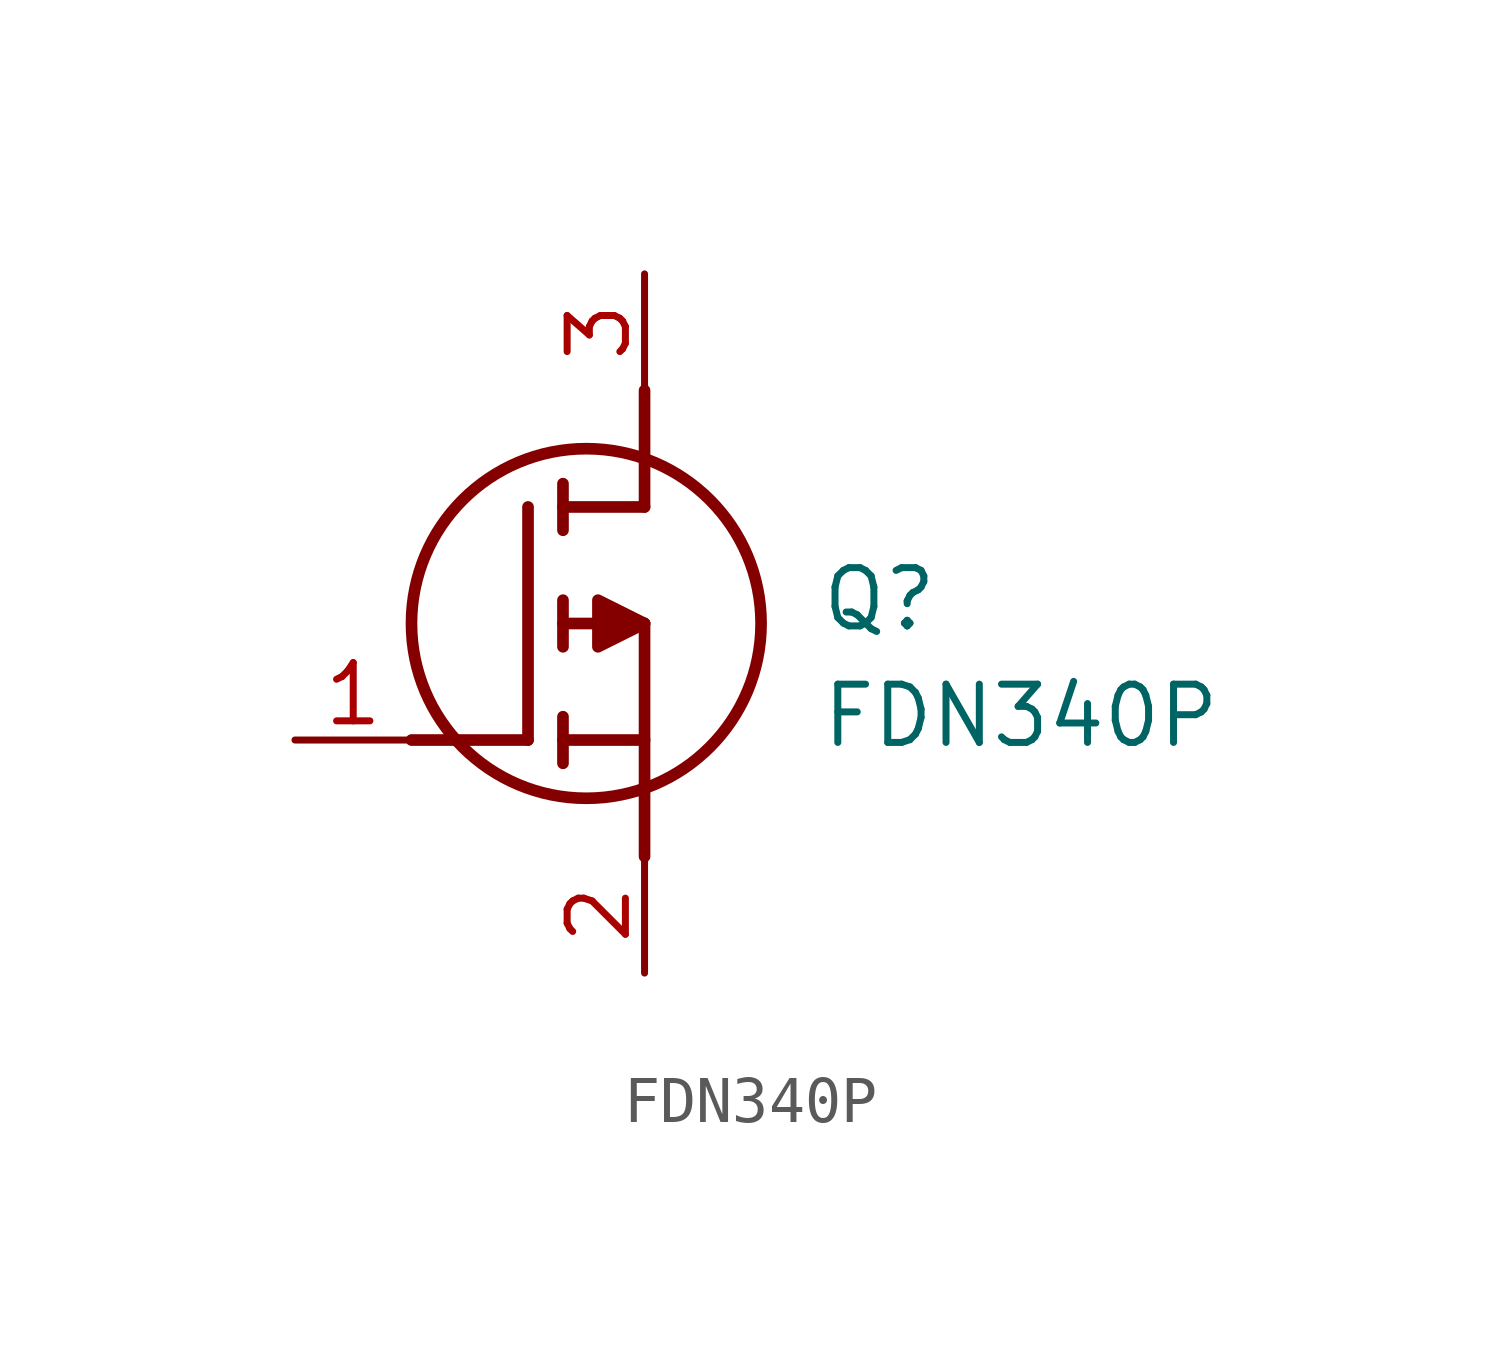
<source format=kicad_sym>
(kicad_symbol_lib
  (version 20211014)
  (generator SamacSys_ECAD_Model)
  (symbol "FDN340P"
    (pin_names hide)
    (property "Reference" "Q"
      (at 11.43 3.81 0)
      (effects (font (size 1.27 1.27)) (justify left top)))
    (property "Value" "FDN340P"
      (at 11.43 1.27 0)
      (effects (font (size 1.27 1.27)) (justify left top)))
    (polyline
      (pts (xy 7.62 2.54) (xy 7.62 -2.54))
      (stroke (width 0.254) (type default))
      (fill (type none)))
    (polyline
      (pts (xy 7.62 5.08) (xy 7.62 7.62))
      (stroke (width 0.254) (type default))
      (fill (type none)))
    (polyline
      (pts (xy 2.54 0) (xy 5.08 0))
      (stroke (width 0.254) (type default))
      (fill (type none)))
    (polyline
      (pts (xy 5.08 5.08) (xy 5.08 0))
      (stroke (width 0.254) (type default))
      (fill (type none)))
    (polyline
      (pts (xy 7.62 2.54) (xy 5.842 2.54))
      (stroke (width 0.254) (type default))
      (fill (type none)))
    (polyline
      (pts (xy 7.62 5.08) (xy 5.842 5.08))
      (stroke (width 0.254) (type default))
      (fill (type none)))
    (polyline
      (pts (xy 5.842 0) (xy 7.62 0))
      (stroke (width 0.254) (type default))
      (fill (type none)))
    (polyline
      (pts (xy 5.842 5.588) (xy 5.842 4.572))
      (stroke (width 0.254) (type default))
      (fill (type none)))
    (polyline
      (pts (xy 5.842 -0.508) (xy 5.842 0.508))
      (stroke (width 0.254) (type default))
      (fill (type none)))
    (polyline
      (pts (xy 5.842 2.032) (xy 5.842 3.048))
      (stroke (width 0.254) (type default))
      (fill (type none)))
    (circle
      (center 6.35 2.54)
      (radius 3.81)
      (stroke (width 0.254) (type default))
      (fill (type none)))
    (polyline
      (pts (xy 7.62 2.54) (xy 6.604 3.048) (xy 6.604 2.032) (xy 7.62 2.54))
      (stroke (width 0.254) (type default))
      (fill (type outline)))
    (pin passive line
      (at 0 0 0)
      (length 2.54)
      (name "G" (effects (font (size 1.27 1.27))))
      (number "1" (effects (font (size 1.27 1.27)))))
    (pin passive line
      (at 7.62 10.16 270)
      (length 2.54)
      (name "D" (effects (font (size 1.27 1.27))))
      (number "3" (effects (font (size 1.27 1.27)))))
    (pin passive line
      (at 7.62 -5.08 90)
      (length 2.54)
      (name "S" (effects (font (size 1.27 1.27))))
      (number "2" (effects (font (size 1.27 1.27)))))))
</source>
